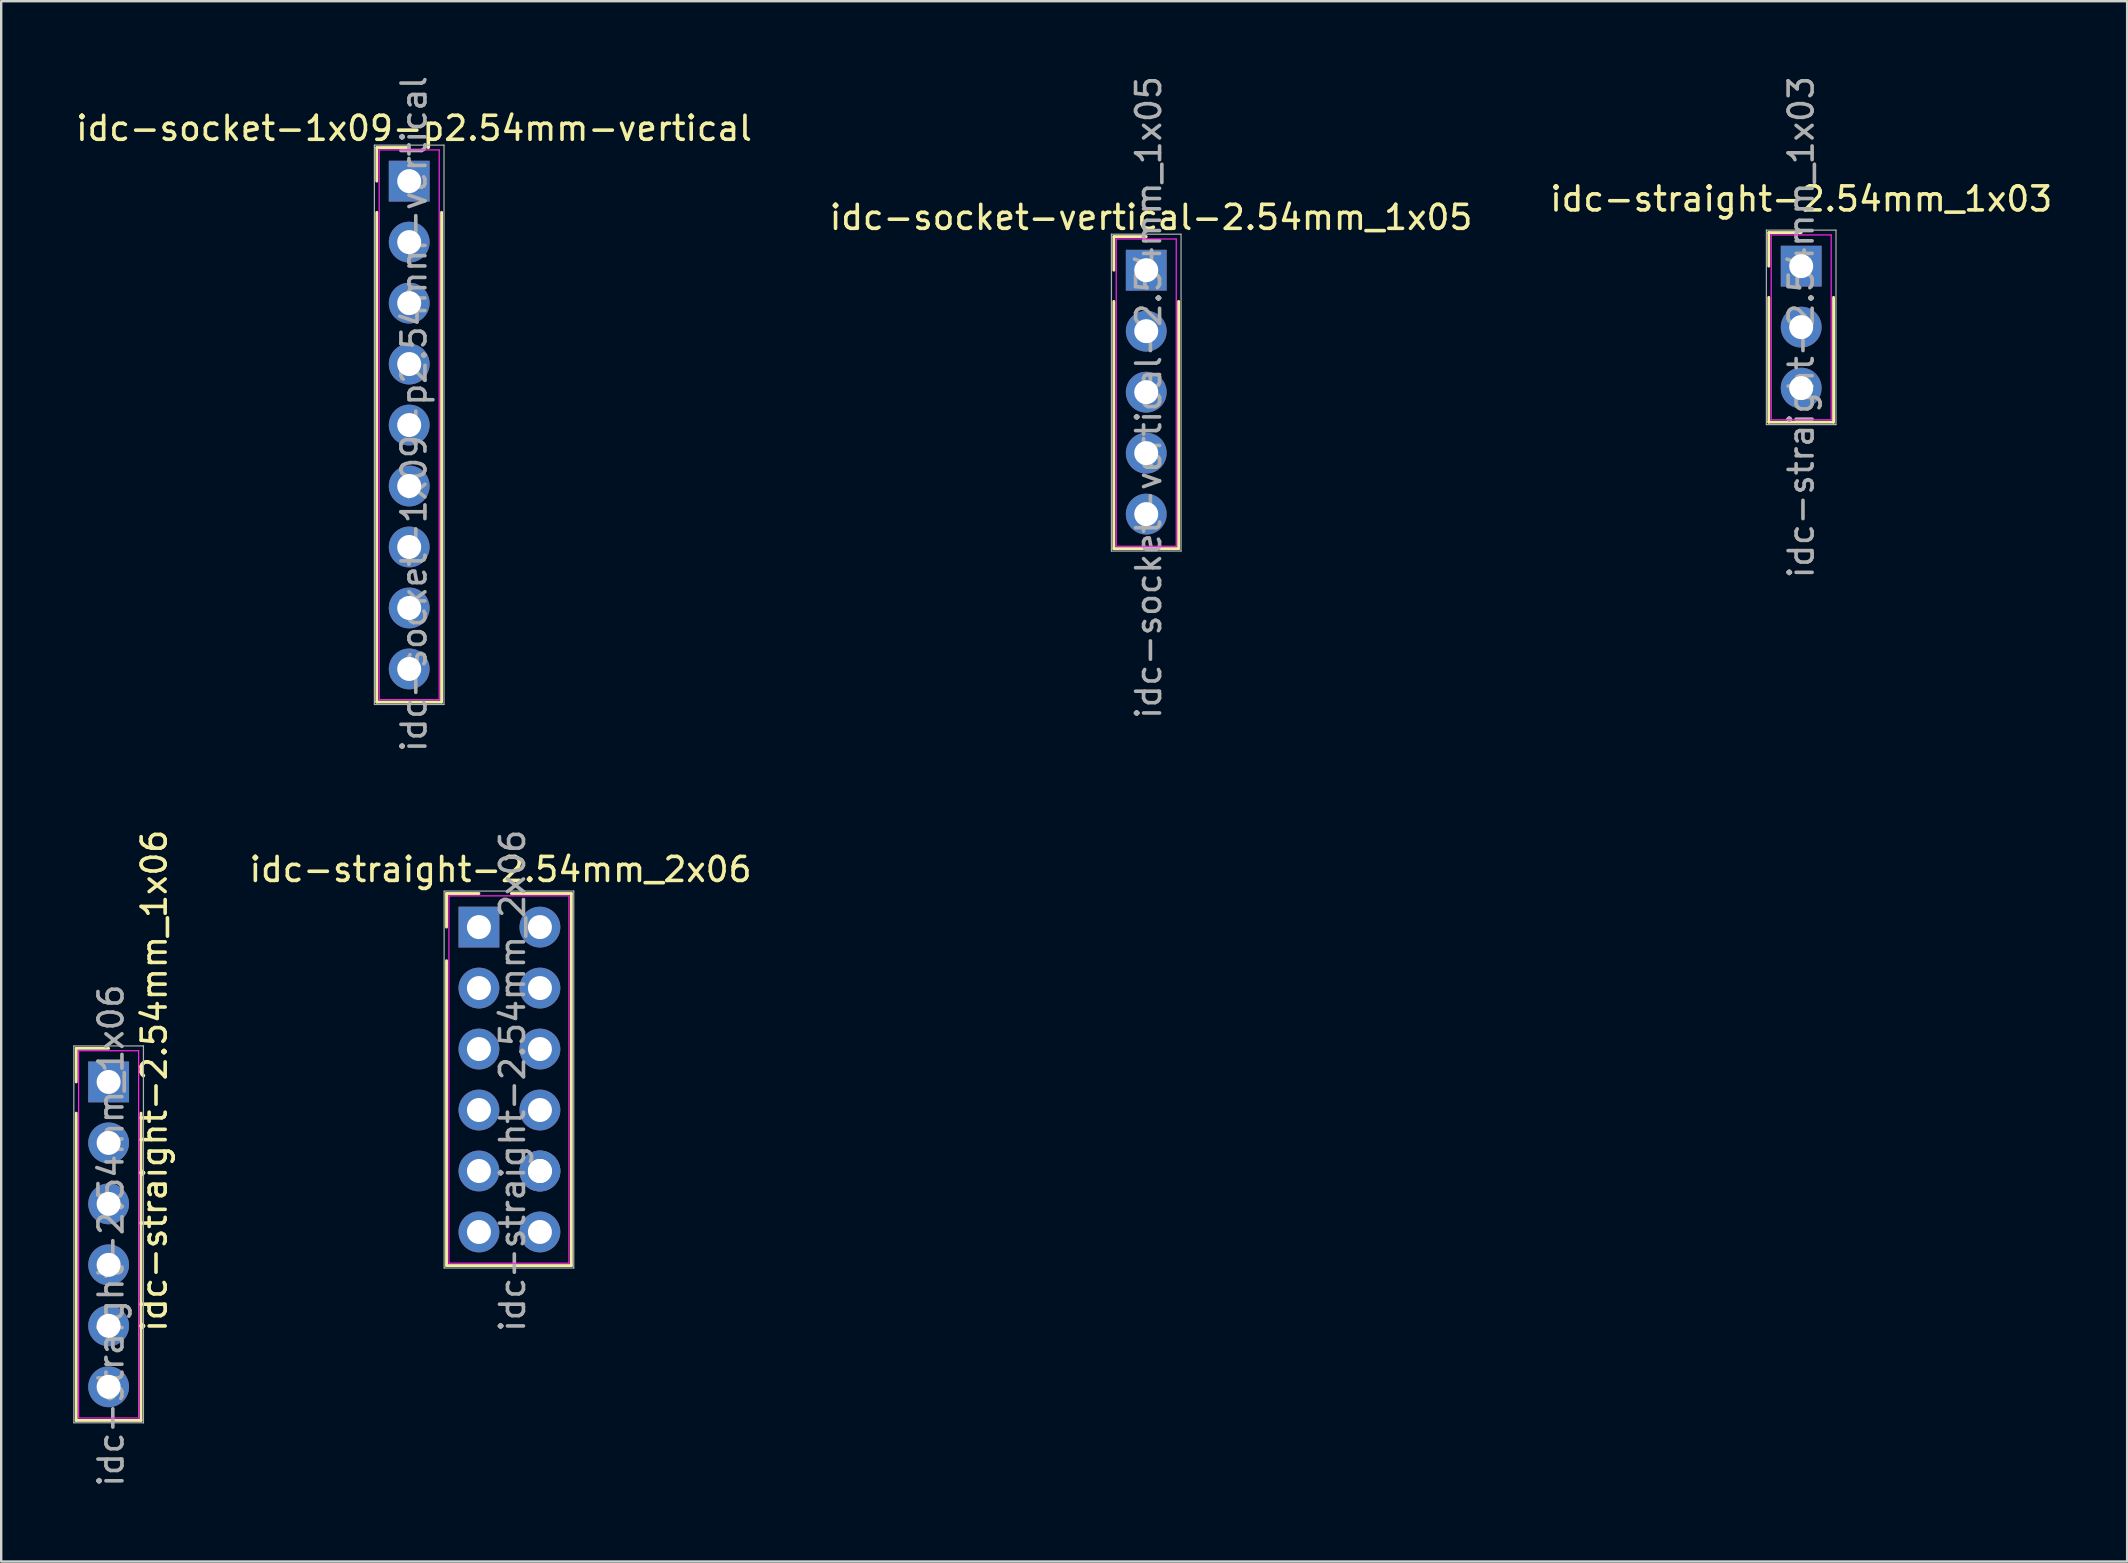
<source format=kicad_pcb>
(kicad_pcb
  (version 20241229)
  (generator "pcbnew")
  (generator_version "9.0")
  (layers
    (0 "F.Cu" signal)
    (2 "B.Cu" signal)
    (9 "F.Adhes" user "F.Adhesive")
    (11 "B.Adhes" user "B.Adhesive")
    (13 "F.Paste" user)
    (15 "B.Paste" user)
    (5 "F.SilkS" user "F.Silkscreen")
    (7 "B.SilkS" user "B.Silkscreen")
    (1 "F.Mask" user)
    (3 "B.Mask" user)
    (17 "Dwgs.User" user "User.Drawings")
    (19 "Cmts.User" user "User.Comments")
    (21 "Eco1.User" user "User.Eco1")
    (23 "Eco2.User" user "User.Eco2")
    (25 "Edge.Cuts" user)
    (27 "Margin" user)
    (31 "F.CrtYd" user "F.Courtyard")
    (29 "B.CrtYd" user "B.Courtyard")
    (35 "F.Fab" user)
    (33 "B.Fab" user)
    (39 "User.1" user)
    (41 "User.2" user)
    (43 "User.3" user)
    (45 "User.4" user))
  (footprint "idc-straight-2.54mm_1x06"
    (layer "F.Cu")
    (at 1.475 42.02)
    (property "Reference" "idc-straight-2.54mm_1x06" (at 1.9 -0.05 90) (layer "F.SilkS") (effects (font (size 1 1) (thickness 0.15))))
    (attr through_hole)
    (fp_line (start -1.35 -1.4) (end 0 -1.4) (stroke (width 0.12) (type solid)) (layer "F.SilkS"))
    (fp_line (start -1.35 0) (end -1.35 -1.4) (stroke (width 0.12) (type solid)) (layer "F.SilkS"))
    (fp_line (start -1.35 1.3) (end -1.35 14.1) (stroke (width 0.12) (type solid)) (layer "F.SilkS"))
    (fp_line (start -1.35 14.1) (end 1.35 14.1) (stroke (width 0.12) (type solid)) (layer "F.SilkS"))
    (fp_line (start 1.35 1.3) (end 1.35 14.1) (stroke (width 0.12) (type solid)) (layer "F.SilkS"))
    (fp_line (start -1.25 -1.3) (end -1.25 14) (stroke (width 0.05) (type solid)) (layer "F.CrtYd"))
    (fp_line (start -1.25 14) (end 1.25 14) (stroke (width 0.05) (type solid)) (layer "F.CrtYd"))
    (fp_line (start 1.25 -1.3) (end -1.25 -1.3) (stroke (width 0.05) (type solid)) (layer "F.CrtYd"))
    (fp_line (start 1.25 14) (end 1.25 -1.3) (stroke (width 0.05) (type solid)) (layer "F.CrtYd"))
    (fp_line (start -1.45 -1.5) (end -1.45 14.2) (stroke (width 0.05) (type solid)) (layer "F.Fab"))
    (fp_line (start -1.45 14.2) (end 1.45 14.2) (stroke (width 0.05) (type solid)) (layer "F.Fab"))
    (fp_line (start 1.45 -1.5) (end -1.45 -1.5) (stroke (width 0.05) (type solid)) (layer "F.Fab"))
    (fp_line (start 1.45 14.2) (end 1.45 -1.5) (stroke (width 0.05) (type solid)) (layer "F.Fab"))
    (fp_text user "${REFERENCE}" (at 0.1 6.4 90) (layer "F.Fab") (effects (font (size 1 1) (thickness 0.15))))
    (pad "1" thru_hole rect (at 0 0) (size 1.7 1.7) (drill 1) (layers "*.Cu" "*.Mask"))
    (pad "2" thru_hole oval (at 0 2.54) (size 1.7 1.7) (drill 1) (layers "*.Cu" "*.Mask"))
    (pad "3" thru_hole oval (at 0 5.08) (size 1.7 1.7) (drill 1) (layers "*.Cu" "*.Mask"))
    (pad "4" thru_hole oval (at 0 7.62) (size 1.7 1.7) (drill 1) (layers "*.Cu" "*.Mask"))
    (pad "5" thru_hole oval (at 0 10.16) (size 1.7 1.7) (drill 1) (layers "*.Cu" "*.Mask"))
    (pad "6" thru_hole oval (at 0 12.7) (size 1.7 1.7) (drill 1) (layers "*.Cu" "*.Mask")))
  (footprint "idc-straight-2.54mm_2x06"
    (layer "F.Cu")
    (at 16.901 35.57)
    (property "Reference" "idc-straight-2.54mm_2x06" (at 0.9 -2.4 0) (layer "F.SilkS") (effects (font (size 1 1) (thickness 0.15))))
    (attr through_hole)
    (fp_line (start -1.35 -1.4) (end -1.35 0) (stroke (width 0.12) (type solid)) (layer "F.SilkS"))
    (fp_line (start -1.35 -1.4) (end 0 -1.4) (stroke (width 0.12) (type solid)) (layer "F.SilkS"))
    (fp_line (start -1.35 14.1) (end -1.35 1.4) (stroke (width 0.12) (type solid)) (layer "F.SilkS"))
    (fp_line (start 1.35 -1.4) (end 3.85 -1.4) (stroke (width 0.12) (type solid)) (layer "F.SilkS"))
    (fp_line (start 3.85 -1.4) (end 3.85 14.1) (stroke (width 0.12) (type solid)) (layer "F.SilkS"))
    (fp_line (start 3.85 14.1) (end -1.35 14.1) (stroke (width 0.12) (type solid)) (layer "F.SilkS"))
    (fp_line (start -1.25 -1.3) (end 3.75 -1.3) (stroke (width 0.05) (type solid)) (layer "F.CrtYd"))
    (fp_line (start -1.25 14) (end -1.25 -1.3) (stroke (width 0.05) (type solid)) (layer "F.CrtYd"))
    (fp_line (start 3.75 -1.3) (end 3.75 14) (stroke (width 0.05) (type solid)) (layer "F.CrtYd"))
    (fp_line (start 3.75 14) (end -1.25 14) (stroke (width 0.05) (type solid)) (layer "F.CrtYd"))
    (fp_line (start -1.45 -1.5) (end 3.95 -1.5) (stroke (width 0.05) (type solid)) (layer "F.Fab"))
    (fp_line (start -1.45 14.2) (end -1.45 -1.5) (stroke (width 0.05) (type solid)) (layer "F.Fab"))
    (fp_line (start 3.95 -1.5) (end 3.95 14.2) (stroke (width 0.05) (type solid)) (layer "F.Fab"))
    (fp_line (start 3.95 14.2) (end -1.45 14.2) (stroke (width 0.05) (type solid)) (layer "F.Fab"))
    (fp_text user "${REFERENCE}" (at 1.4 6.4 90) (layer "F.Fab") (effects (font (size 1 1) (thickness 0.15))))
    (pad "1" thru_hole rect (at 0 0) (size 1.7 1.7) (drill 1) (layers "*.Cu" "*.Mask"))
    (pad "2" thru_hole oval (at 2.54 0) (size 1.7 1.7) (drill 1) (layers "*.Cu" "*.Mask"))
    (pad "3" thru_hole oval (at 0 2.54) (size 1.7 1.7) (drill 1) (layers "*.Cu" "*.Mask"))
    (pad "4" thru_hole oval (at 2.54 2.54) (size 1.7 1.7) (drill 1) (layers "*.Cu" "*.Mask"))
    (pad "5" thru_hole oval (at 0 5.08) (size 1.7 1.7) (drill 1) (layers "*.Cu" "*.Mask"))
    (pad "6" thru_hole oval (at 2.54 5.08) (size 1.7 1.7) (drill 1) (layers "*.Cu" "*.Mask"))
    (pad "7" thru_hole oval (at 0 7.62) (size 1.7 1.7) (drill 1) (layers "*.Cu" "*.Mask"))
    (pad "8" thru_hole oval (at 2.54 7.62) (size 1.7 1.7) (drill 1) (layers "*.Cu" "*.Mask"))
    (pad "9" thru_hole oval (at 0 10.16) (size 1.7 1.7) (drill 1) (layers "*.Cu" "*.Mask"))
    (pad "10" thru_hole oval (at 2.54 10.16) (size 1.7 1.7) (drill 1) (layers "*.Cu" "*.Mask"))
    (pad "10" thru_hole oval (at 2.54 10.16) (size 1.7 1.7) (drill 1) (layers "*.Cu" "*.Mask"))
    (pad "11" thru_hole oval (at 0 12.7) (size 1.7 1.7) (drill 1) (layers "*.Cu" "*.Mask"))
    (pad "12" thru_hole oval (at 2.54 12.7) (size 1.7 1.7) (drill 1) (layers "*.Cu" "*.Mask")))
  (footprint "idc-straight-2.54mm_1x03"
    (layer "F.Cu")
    (at 71.982 8.037)
    (property "Reference" "idc-straight-2.54mm_1x03" (at 0 -2.8 180) (layer "F.SilkS") (effects (font (size 1 1) (thickness 0.15))))
    (attr through_hole)
    (fp_line (start -1.35 -1.4) (end 0 -1.4) (stroke (width 0.12) (type solid)) (layer "F.SilkS"))
    (fp_line (start -1.35 0) (end -1.35 -1.4) (stroke (width 0.12) (type solid)) (layer "F.SilkS"))
    (fp_line (start -1.35 1.3) (end -1.35 6.5) (stroke (width 0.12) (type solid)) (layer "F.SilkS"))
    (fp_line (start -1.35 6.5) (end 1.35 6.5) (stroke (width 0.12) (type solid)) (layer "F.SilkS"))
    (fp_line (start 1.35 1.3) (end 1.35 6.5) (stroke (width 0.12) (type solid)) (layer "F.SilkS"))
    (fp_line (start -1.25 -1.3) (end -1.25 6.4) (stroke (width 0.05) (type solid)) (layer "F.CrtYd"))
    (fp_line (start -1.25 6.4) (end 1.25 6.4) (stroke (width 0.05) (type solid)) (layer "F.CrtYd"))
    (fp_line (start 1.25 -1.3) (end -1.25 -1.3) (stroke (width 0.05) (type solid)) (layer "F.CrtYd"))
    (fp_line (start 1.25 6.4) (end 1.25 -1.3) (stroke (width 0.05) (type solid)) (layer "F.CrtYd"))
    (fp_line (start -1.45 -1.5) (end -1.45 6.6) (stroke (width 0.05) (type solid)) (layer "F.Fab"))
    (fp_line (start -1.45 6.6) (end 1.45 6.6) (stroke (width 0.05) (type solid)) (layer "F.Fab"))
    (fp_line (start 1.45 -1.5) (end -1.45 -1.5) (stroke (width 0.05) (type solid)) (layer "F.Fab"))
    (fp_line (start 1.45 6.6) (end 1.45 -1.5) (stroke (width 0.05) (type solid)) (layer "F.Fab"))
    (fp_text user "${REFERENCE}" (at 0 2.54 90) (layer "F.Fab") (effects (font (size 1 1) (thickness 0.15))))
    (pad "1" thru_hole rect (at 0 0) (size 1.7 1.7) (drill 1) (layers "*.Cu" "*.Mask"))
    (pad "2" thru_hole oval (at 0 2.54) (size 1.7 1.7) (drill 1) (layers "*.Cu" "*.Mask"))
    (pad "3" thru_hole oval (at 0 5.08) (size 1.7 1.7) (drill 1) (layers "*.Cu" "*.Mask")))
  (footprint "idc-socket-1x09-p2.54mm-vertical"
    (layer "F.Cu")
    (at 13.996 4.496)
    (property "Reference" "idc-socket-1x09-p2.54mm-vertical" (at 0.2 -2.2 0) (layer "F.SilkS") (effects (font (size 1 1) (thickness 0.15))))
    (attr through_hole)
    (fp_line (start -1.35 -1.4) (end 0 -1.4) (stroke (width 0.12) (type solid)) (layer "F.SilkS"))
    (fp_line (start -1.35 0) (end -1.35 -1.4) (stroke (width 0.12) (type solid)) (layer "F.SilkS"))
    (fp_line (start -1.35 1.3) (end -1.35 21.7) (stroke (width 0.12) (type solid)) (layer "F.SilkS"))
    (fp_line (start -1.35 21.7) (end 1.35 21.7) (stroke (width 0.12) (type solid)) (layer "F.SilkS"))
    (fp_line (start 1.35 1.3) (end 1.35 21.7) (stroke (width 0.12) (type solid)) (layer "F.SilkS"))
    (fp_line (start -1.25 -1.3) (end -1.25 21.6) (stroke (width 0.05) (type solid)) (layer "F.CrtYd"))
    (fp_line (start -1.25 21.6) (end 1.25 21.6) (stroke (width 0.05) (type solid)) (layer "F.CrtYd"))
    (fp_line (start 1.25 -1.3) (end -1.25 -1.3) (stroke (width 0.05) (type solid)) (layer "F.CrtYd"))
    (fp_line (start 1.25 21.6) (end 1.25 -1.3) (stroke (width 0.05) (type solid)) (layer "F.CrtYd"))
    (fp_line (start -1.45 -1.5) (end -1.45 21.8) (stroke (width 0.05) (type solid)) (layer "F.Fab"))
    (fp_line (start -1.45 21.8) (end 1.45 21.8) (stroke (width 0.05) (type solid)) (layer "F.Fab"))
    (fp_line (start 1.45 -1.5) (end -1.45 -1.5) (stroke (width 0.05) (type solid)) (layer "F.Fab"))
    (fp_line (start 1.45 21.8) (end 1.45 -1.5) (stroke (width 0.05) (type solid)) (layer "F.Fab"))
    (fp_text user "${REFERENCE}" (at 0.2 9.7 90) (layer "F.Fab") (effects (font (size 1 1) (thickness 0.15))))
    (pad "1" thru_hole rect (at 0 0) (size 1.7 1.7) (drill 1) (layers "*.Cu" "*.Mask"))
    (pad "2" thru_hole oval (at 0 2.54) (size 1.7 1.7) (drill 1) (layers "*.Cu" "*.Mask"))
    (pad "3" thru_hole oval (at 0 5.08) (size 1.7 1.7) (drill 1) (layers "*.Cu" "*.Mask"))
    (pad "4" thru_hole oval (at 0 7.62) (size 1.7 1.7) (drill 1) (layers "*.Cu" "*.Mask"))
    (pad "5" thru_hole oval (at 0 10.16) (size 1.7 1.7) (drill 1) (layers "*.Cu" "*.Mask"))
    (pad "6" thru_hole oval (at 0 12.7) (size 1.7 1.7) (drill 1) (layers "*.Cu" "*.Mask"))
    (pad "7" thru_hole oval (at 0 15.24) (size 1.7 1.7) (drill 1) (layers "*.Cu" "*.Mask"))
    (pad "8" thru_hole oval (at 0 17.78) (size 1.7 1.7) (drill 1) (layers "*.Cu" "*.Mask"))
    (pad "9" thru_hole oval (at 0 20.32) (size 1.7 1.7) (drill 1) (layers "*.Cu" "*.Mask")))
  (footprint "idc-socket-vertical-2.54mm_1x05"
    (layer "F.Cu")
    (at 44.699 8.206)
    (property "Reference" "idc-socket-vertical-2.54mm_1x05" (at 0.2 -2.2 0) (layer "F.SilkS") (effects (font (size 1 1) (thickness 0.15))))
    (attr through_hole)
    (fp_line (start -1.35 -1.4) (end 0 -1.4) (stroke (width 0.12) (type solid)) (layer "F.SilkS"))
    (fp_line (start -1.35 0) (end -1.35 -1.4) (stroke (width 0.12) (type solid)) (layer "F.SilkS"))
    (fp_line (start -1.35 1.3) (end -1.35 11.6) (stroke (width 0.12) (type solid)) (layer "F.SilkS"))
    (fp_line (start -1.35 11.6) (end 1.35 11.6) (stroke (width 0.12) (type solid)) (layer "F.SilkS"))
    (fp_line (start 1.35 1.3) (end 1.35 11.6) (stroke (width 0.12) (type solid)) (layer "F.SilkS"))
    (fp_line (start -1.25 -1.3) (end -1.25 11.5) (stroke (width 0.05) (type solid)) (layer "F.CrtYd"))
    (fp_line (start -1.25 11.5) (end 1.25 11.5) (stroke (width 0.05) (type solid)) (layer "F.CrtYd"))
    (fp_line (start 1.25 -1.3) (end -1.25 -1.3) (stroke (width 0.05) (type solid)) (layer "F.CrtYd"))
    (fp_line (start 1.25 11.5) (end 1.25 -1.3) (stroke (width 0.05) (type solid)) (layer "F.CrtYd"))
    (fp_line (start -1.45 -1.5) (end -1.45 11.7) (stroke (width 0.05) (type solid)) (layer "F.Fab"))
    (fp_line (start -1.45 11.7) (end 1.45 11.7) (stroke (width 0.05) (type solid)) (layer "F.Fab"))
    (fp_line (start 1.45 -1.5) (end -1.45 -1.5) (stroke (width 0.05) (type solid)) (layer "F.Fab"))
    (fp_line (start 1.45 11.7) (end 1.45 -1.5) (stroke (width 0.05) (type solid)) (layer "F.Fab"))
    (fp_text user "${REFERENCE}" (at 0.1 5.3 90) (layer "F.Fab") (effects (font (size 1 1) (thickness 0.15))))
    (pad "1" thru_hole rect (at 0 0) (size 1.7 1.7) (drill 1) (layers "*.Cu" "*.Mask"))
    (pad "2" thru_hole oval (at 0 2.54) (size 1.7 1.7) (drill 1) (layers "*.Cu" "*.Mask"))
    (pad "3" thru_hole oval (at 0 5.08) (size 1.7 1.7) (drill 1) (layers "*.Cu" "*.Mask"))
    (pad "4" thru_hole oval (at 0 7.62) (size 1.7 1.7) (drill 1) (layers "*.Cu" "*.Mask"))
    (pad "5" thru_hole oval (at 0 10.16) (size 1.7 1.7) (drill 1) (layers "*.Cu" "*.Mask")))
  (gr_rect
    (start -3 -3)
    (end 85.56 61.998)
    (stroke (width 0.1) (type default))
    (fill no)
    (layer "Edge.Cuts")))
</source>
